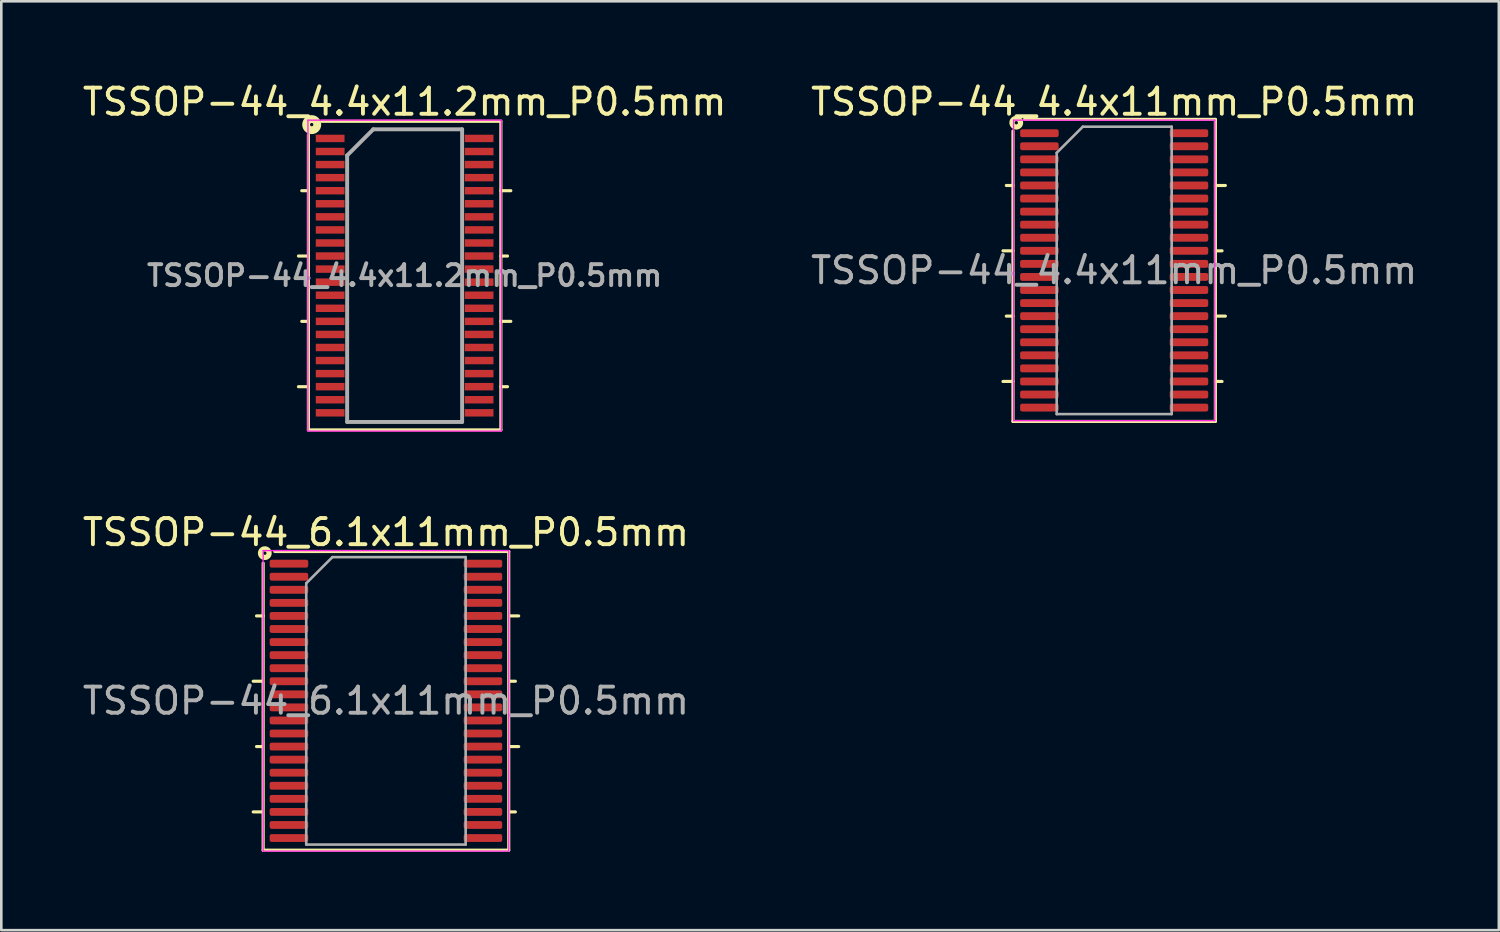
<source format=kicad_pcb>
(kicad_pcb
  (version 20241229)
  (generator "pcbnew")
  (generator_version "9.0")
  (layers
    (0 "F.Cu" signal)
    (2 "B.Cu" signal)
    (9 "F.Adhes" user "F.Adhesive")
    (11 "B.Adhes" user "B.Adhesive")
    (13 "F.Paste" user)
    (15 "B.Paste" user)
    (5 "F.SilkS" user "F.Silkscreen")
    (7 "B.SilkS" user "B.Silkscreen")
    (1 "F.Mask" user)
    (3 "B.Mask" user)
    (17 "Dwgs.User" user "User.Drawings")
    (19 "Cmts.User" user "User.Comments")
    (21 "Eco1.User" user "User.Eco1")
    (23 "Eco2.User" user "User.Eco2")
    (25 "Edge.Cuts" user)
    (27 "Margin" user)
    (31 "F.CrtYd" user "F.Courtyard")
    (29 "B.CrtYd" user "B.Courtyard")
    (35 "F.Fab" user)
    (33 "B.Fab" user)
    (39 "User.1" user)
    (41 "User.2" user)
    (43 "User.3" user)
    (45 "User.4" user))
  (footprint "TSSOP-44_4.4x11.2mm_P0.5mm"
    (layer "F.Cu")
    (at 12.435 7.498)
    (property "Reference" "TSSOP-44_4.4x11.2mm_P0.5mm" (at 0 -6.65 0) (layer "F.SilkS") (effects (font (size 1 1) (thickness 0.15))))
    (attr smd)
    (fp_line (start -4.064 -0.75) (end -3.683 -0.75) (stroke (width 0.12) (type solid)) (layer "F.SilkS"))
    (fp_line (start -4.064 4.25) (end -3.683 4.25) (stroke (width 0.12) (type solid)) (layer "F.SilkS"))
    (fp_line (start -3.937 -3.25) (end -3.683 -3.25) (stroke (width 0.12) (type solid)) (layer "F.SilkS"))
    (fp_line (start -3.937 1.75) (end -3.683 1.75) (stroke (width 0.12) (type solid)) (layer "F.SilkS"))
    (fp_line (start -3.683 -5.397) (end -3.683 5.905) (stroke (width 0.12) (type solid)) (layer "F.SilkS"))
    (fp_line (start -3.683 5.905) (end 3.683 5.905) (stroke (width 0.12) (type solid)) (layer "F.SilkS"))
    (fp_line (start 3.683 -5.905) (end -3.175 -5.905) (stroke (width 0.12) (type solid)) (layer "F.SilkS"))
    (fp_line (start 3.683 -3.25) (end 4.064 -3.25) (stroke (width 0.12) (type solid)) (layer "F.SilkS"))
    (fp_line (start 3.683 -0.75) (end 3.937 -0.75) (stroke (width 0.12) (type solid)) (layer "F.SilkS"))
    (fp_line (start 3.683 1.75) (end 4.064 1.75) (stroke (width 0.12) (type solid)) (layer "F.SilkS"))
    (fp_line (start 3.683 4.25) (end 3.937 4.25) (stroke (width 0.12) (type solid)) (layer "F.SilkS"))
    (fp_line (start 3.683 5.905) (end 3.683 -5.905) (stroke (width 0.12) (type solid)) (layer "F.SilkS"))
    (fp_circle (center -3.556 -5.779) (end -3.493 -5.779) (stroke (width 0.3) (type solid)) (fill no) (layer "F.SilkS"))
    (fp_line (start -3.7 -5.95) (end -3.7 5.95) (stroke (width 0.05) (type solid)) (layer "F.CrtYd"))
    (fp_line (start -3.7 -5.95) (end 3.7 -5.95) (stroke (width 0.05) (type solid)) (layer "F.CrtYd"))
    (fp_line (start -3.7 5.95) (end 3.7 5.95) (stroke (width 0.05) (type solid)) (layer "F.CrtYd"))
    (fp_line (start 3.7 -5.95) (end 3.7 5.95) (stroke (width 0.05) (type solid)) (layer "F.CrtYd"))
    (fp_line (start -2.2 -4.6) (end -1.2 -5.6) (stroke (width 0.15) (type solid)) (layer "F.Fab"))
    (fp_line (start -2.2 5.6) (end -2.2 -4.6) (stroke (width 0.15) (type solid)) (layer "F.Fab"))
    (fp_line (start -1.2 -5.6) (end 2.2 -5.6) (stroke (width 0.15) (type solid)) (layer "F.Fab"))
    (fp_line (start 2.2 -5.6) (end 2.2 5.6) (stroke (width 0.15) (type solid)) (layer "F.Fab"))
    (fp_line (start 2.2 5.6) (end -2.2 5.6) (stroke (width 0.15) (type solid)) (layer "F.Fab"))
    (fp_text user "${REFERENCE}" (at 0 0 0) (layer "F.Fab") (effects (font (size 0.8 0.8) (thickness 0.15))))
    (pad "1" smd rect (at -2.85 -5.25) (size 1.1 0.285) (layers "F.Cu" "F.Mask" "F.Paste"))
    (pad "2" smd rect (at -2.85 -4.75) (size 1.1 0.285) (layers "F.Cu" "F.Mask" "F.Paste"))
    (pad "3" smd rect (at -2.85 -4.25) (size 1.1 0.285) (layers "F.Cu" "F.Mask" "F.Paste"))
    (pad "4" smd rect (at -2.85 -3.75) (size 1.1 0.285) (layers "F.Cu" "F.Mask" "F.Paste"))
    (pad "5" smd rect (at -2.85 -3.25) (size 1.1 0.285) (layers "F.Cu" "F.Mask" "F.Paste"))
    (pad "6" smd rect (at -2.85 -2.75) (size 1.1 0.285) (layers "F.Cu" "F.Mask" "F.Paste"))
    (pad "7" smd rect (at -2.85 -2.25) (size 1.1 0.285) (layers "F.Cu" "F.Mask" "F.Paste"))
    (pad "8" smd rect (at -2.85 -1.75) (size 1.1 0.285) (layers "F.Cu" "F.Mask" "F.Paste"))
    (pad "9" smd rect (at -2.85 -1.25) (size 1.1 0.285) (layers "F.Cu" "F.Mask" "F.Paste"))
    (pad "10" smd rect (at -2.85 -0.75) (size 1.1 0.285) (layers "F.Cu" "F.Mask" "F.Paste"))
    (pad "11" smd rect (at -2.85 -0.25) (size 1.1 0.285) (layers "F.Cu" "F.Mask" "F.Paste"))
    (pad "12" smd rect (at -2.85 0.25) (size 1.1 0.285) (layers "F.Cu" "F.Mask" "F.Paste"))
    (pad "13" smd rect (at -2.85 0.75) (size 1.1 0.285) (layers "F.Cu" "F.Mask" "F.Paste"))
    (pad "14" smd rect (at -2.85 1.25) (size 1.1 0.285) (layers "F.Cu" "F.Mask" "F.Paste"))
    (pad "15" smd rect (at -2.85 1.75) (size 1.1 0.285) (layers "F.Cu" "F.Mask" "F.Paste"))
    (pad "16" smd rect (at -2.85 2.25) (size 1.1 0.285) (layers "F.Cu" "F.Mask" "F.Paste"))
    (pad "17" smd rect (at -2.85 2.75) (size 1.1 0.285) (layers "F.Cu" "F.Mask" "F.Paste"))
    (pad "18" smd rect (at -2.85 3.25) (size 1.1 0.285) (layers "F.Cu" "F.Mask" "F.Paste"))
    (pad "19" smd rect (at -2.85 3.75) (size 1.1 0.285) (layers "F.Cu" "F.Mask" "F.Paste"))
    (pad "20" smd rect (at -2.85 4.25) (size 1.1 0.285) (layers "F.Cu" "F.Mask" "F.Paste"))
    (pad "21" smd rect (at -2.85 4.75) (size 1.1 0.285) (layers "F.Cu" "F.Mask" "F.Paste"))
    (pad "22" smd rect (at -2.85 5.25) (size 1.1 0.285) (layers "F.Cu" "F.Mask" "F.Paste"))
    (pad "23" smd rect (at 2.85 5.25) (size 1.1 0.285) (layers "F.Cu" "F.Mask" "F.Paste"))
    (pad "24" smd rect (at 2.85 4.75) (size 1.1 0.285) (layers "F.Cu" "F.Mask" "F.Paste"))
    (pad "25" smd rect (at 2.85 4.25) (size 1.1 0.285) (layers "F.Cu" "F.Mask" "F.Paste"))
    (pad "26" smd rect (at 2.85 3.75) (size 1.1 0.285) (layers "F.Cu" "F.Mask" "F.Paste"))
    (pad "27" smd rect (at 2.85 3.25) (size 1.1 0.285) (layers "F.Cu" "F.Mask" "F.Paste"))
    (pad "28" smd rect (at 2.85 2.75) (size 1.1 0.285) (layers "F.Cu" "F.Mask" "F.Paste"))
    (pad "29" smd rect (at 2.85 2.25) (size 1.1 0.285) (layers "F.Cu" "F.Mask" "F.Paste"))
    (pad "30" smd rect (at 2.85 1.75) (size 1.1 0.285) (layers "F.Cu" "F.Mask" "F.Paste"))
    (pad "31" smd rect (at 2.85 1.25) (size 1.1 0.285) (layers "F.Cu" "F.Mask" "F.Paste"))
    (pad "32" smd rect (at 2.85 0.75) (size 1.1 0.285) (layers "F.Cu" "F.Mask" "F.Paste"))
    (pad "33" smd rect (at 2.85 0.25) (size 1.1 0.285) (layers "F.Cu" "F.Mask" "F.Paste"))
    (pad "34" smd rect (at 2.85 -0.25) (size 1.1 0.285) (layers "F.Cu" "F.Mask" "F.Paste"))
    (pad "35" smd rect (at 2.85 -0.75) (size 1.1 0.285) (layers "F.Cu" "F.Mask" "F.Paste"))
    (pad "36" smd rect (at 2.85 -1.25) (size 1.1 0.285) (layers "F.Cu" "F.Mask" "F.Paste"))
    (pad "37" smd rect (at 2.85 -1.75) (size 1.1 0.285) (layers "F.Cu" "F.Mask" "F.Paste"))
    (pad "38" smd rect (at 2.85 -2.25) (size 1.1 0.285) (layers "F.Cu" "F.Mask" "F.Paste"))
    (pad "39" smd rect (at 2.85 -2.75) (size 1.1 0.285) (layers "F.Cu" "F.Mask" "F.Paste"))
    (pad "40" smd rect (at 2.85 -3.25) (size 1.1 0.285) (layers "F.Cu" "F.Mask" "F.Paste"))
    (pad "41" smd rect (at 2.85 -3.75) (size 1.1 0.285) (layers "F.Cu" "F.Mask" "F.Paste"))
    (pad "42" smd rect (at 2.85 -4.25) (size 1.1 0.285) (layers "F.Cu" "F.Mask" "F.Paste"))
    (pad "43" smd rect (at 2.85 -4.75) (size 1.1 0.285) (layers "F.Cu" "F.Mask" "F.Paste"))
    (pad "44" smd rect (at 2.85 -5.25) (size 1.1 0.285) (layers "F.Cu" "F.Mask" "F.Paste")))
  (footprint "TSSOP-44_6.1x11mm_P0.5mm"
    (layer "F.Cu")
    (at 11.72 23.771)
    (property "Reference" "TSSOP-44_6.1x11mm_P0.5mm" (at 0 -6.45 0) (layer "F.SilkS") (effects (font (size 1 1) (thickness 0.15))))
    (attr smd)
    (fp_line (start -5.08 -0.75) (end -4.75 -0.75) (stroke (width 0.12) (type solid)) (layer "F.SilkS"))
    (fp_line (start -5.08 4.25) (end -4.75 4.25) (stroke (width 0.12) (type solid)) (layer "F.SilkS"))
    (fp_line (start -4.953 -3.25) (end -4.699 -3.25) (stroke (width 0.12) (type solid)) (layer "F.SilkS"))
    (fp_line (start -4.953 1.75) (end -4.75 1.75) (stroke (width 0.12) (type solid)) (layer "F.SilkS"))
    (fp_line (start -4.699 -5.271) (end -4.699 5.715) (stroke (width 0.12) (type solid)) (layer "F.SilkS"))
    (fp_line (start -4.699 5.715) (end 4.699 5.715) (stroke (width 0.12) (type solid)) (layer "F.SilkS"))
    (fp_line (start 4.699 -5.715) (end -4.255 -5.715) (stroke (width 0.12) (type solid)) (layer "F.SilkS"))
    (fp_line (start 4.699 5.715) (end 4.699 -5.715) (stroke (width 0.12) (type solid)) (layer "F.SilkS"))
    (fp_line (start 4.75 4.25) (end 4.953 4.25) (stroke (width 0.12) (type solid)) (layer "F.SilkS"))
    (fp_line (start 4.953 -0.75) (end 4.75 -0.75) (stroke (width 0.12) (type solid)) (layer "F.SilkS"))
    (fp_line (start 5.08 -3.25) (end 4.75 -3.25) (stroke (width 0.12) (type solid)) (layer "F.SilkS"))
    (fp_line (start 5.08 1.75) (end 4.75 1.75) (stroke (width 0.12) (type solid)) (layer "F.SilkS"))
    (fp_circle (center -4.636 -5.652) (end -4.572 -5.652) (stroke (width 0.2) (type solid)) (fill no) (layer "F.SilkS"))
    (fp_line (start -4.7 -5.75) (end -4.7 5.75) (stroke (width 0.05) (type solid)) (layer "F.CrtYd"))
    (fp_line (start -4.7 5.75) (end 4.7 5.75) (stroke (width 0.05) (type solid)) (layer "F.CrtYd"))
    (fp_line (start 4.7 -5.75) (end -4.7 -5.75) (stroke (width 0.05) (type solid)) (layer "F.CrtYd"))
    (fp_line (start 4.7 5.75) (end 4.7 -5.75) (stroke (width 0.05) (type solid)) (layer "F.CrtYd"))
    (fp_line (start -3.05 -4.5) (end -2.05 -5.5) (stroke (width 0.1) (type solid)) (layer "F.Fab"))
    (fp_line (start -3.05 5.5) (end -3.05 -4.5) (stroke (width 0.1) (type solid)) (layer "F.Fab"))
    (fp_line (start -2.05 -5.5) (end 3.05 -5.5) (stroke (width 0.1) (type solid)) (layer "F.Fab"))
    (fp_line (start 3.05 -5.5) (end 3.05 5.5) (stroke (width 0.1) (type solid)) (layer "F.Fab"))
    (fp_line (start 3.05 5.5) (end -3.05 5.5) (stroke (width 0.1) (type solid)) (layer "F.Fab"))
    (fp_text user "${REFERENCE}" (at 0 0 0) (layer "F.Fab") (effects (font (size 1 1) (thickness 0.15))))
    (pad "1" smd roundrect (at -3.712 -5.25) (size 1.475 0.3) (layers "F.Cu" "F.Mask" "F.Paste") (roundrect_rratio 0.25))
    (pad "2" smd roundrect (at -3.712 -4.75) (size 1.475 0.3) (layers "F.Cu" "F.Mask" "F.Paste") (roundrect_rratio 0.25))
    (pad "3" smd roundrect (at -3.712 -4.25) (size 1.475 0.3) (layers "F.Cu" "F.Mask" "F.Paste") (roundrect_rratio 0.25))
    (pad "4" smd roundrect (at -3.712 -3.75) (size 1.475 0.3) (layers "F.Cu" "F.Mask" "F.Paste") (roundrect_rratio 0.25))
    (pad "5" smd roundrect (at -3.712 -3.25) (size 1.475 0.3) (layers "F.Cu" "F.Mask" "F.Paste") (roundrect_rratio 0.25))
    (pad "6" smd roundrect (at -3.712 -2.75) (size 1.475 0.3) (layers "F.Cu" "F.Mask" "F.Paste") (roundrect_rratio 0.25))
    (pad "7" smd roundrect (at -3.712 -2.25) (size 1.475 0.3) (layers "F.Cu" "F.Mask" "F.Paste") (roundrect_rratio 0.25))
    (pad "8" smd roundrect (at -3.712 -1.75) (size 1.475 0.3) (layers "F.Cu" "F.Mask" "F.Paste") (roundrect_rratio 0.25))
    (pad "9" smd roundrect (at -3.712 -1.25) (size 1.475 0.3) (layers "F.Cu" "F.Mask" "F.Paste") (roundrect_rratio 0.25))
    (pad "10" smd roundrect (at -3.712 -0.75) (size 1.475 0.3) (layers "F.Cu" "F.Mask" "F.Paste") (roundrect_rratio 0.25))
    (pad "11" smd roundrect (at -3.712 -0.25) (size 1.475 0.3) (layers "F.Cu" "F.Mask" "F.Paste") (roundrect_rratio 0.25))
    (pad "12" smd roundrect (at -3.712 0.25) (size 1.475 0.3) (layers "F.Cu" "F.Mask" "F.Paste") (roundrect_rratio 0.25))
    (pad "13" smd roundrect (at -3.712 0.75) (size 1.475 0.3) (layers "F.Cu" "F.Mask" "F.Paste") (roundrect_rratio 0.25))
    (pad "14" smd roundrect (at -3.712 1.25) (size 1.475 0.3) (layers "F.Cu" "F.Mask" "F.Paste") (roundrect_rratio 0.25))
    (pad "15" smd roundrect (at -3.712 1.75) (size 1.475 0.3) (layers "F.Cu" "F.Mask" "F.Paste") (roundrect_rratio 0.25))
    (pad "16" smd roundrect (at -3.712 2.25) (size 1.475 0.3) (layers "F.Cu" "F.Mask" "F.Paste") (roundrect_rratio 0.25))
    (pad "17" smd roundrect (at -3.712 2.75) (size 1.475 0.3) (layers "F.Cu" "F.Mask" "F.Paste") (roundrect_rratio 0.25))
    (pad "18" smd roundrect (at -3.712 3.25) (size 1.475 0.3) (layers "F.Cu" "F.Mask" "F.Paste") (roundrect_rratio 0.25))
    (pad "19" smd roundrect (at -3.712 3.75) (size 1.475 0.3) (layers "F.Cu" "F.Mask" "F.Paste") (roundrect_rratio 0.25))
    (pad "20" smd roundrect (at -3.712 4.25) (size 1.475 0.3) (layers "F.Cu" "F.Mask" "F.Paste") (roundrect_rratio 0.25))
    (pad "21" smd roundrect (at -3.712 4.75) (size 1.475 0.3) (layers "F.Cu" "F.Mask" "F.Paste") (roundrect_rratio 0.25))
    (pad "22" smd roundrect (at -3.712 5.25) (size 1.475 0.3) (layers "F.Cu" "F.Mask" "F.Paste") (roundrect_rratio 0.25))
    (pad "23" smd roundrect (at 3.712 5.25) (size 1.475 0.3) (layers "F.Cu" "F.Mask" "F.Paste") (roundrect_rratio 0.25))
    (pad "24" smd roundrect (at 3.712 4.75) (size 1.475 0.3) (layers "F.Cu" "F.Mask" "F.Paste") (roundrect_rratio 0.25))
    (pad "25" smd roundrect (at 3.712 4.25) (size 1.475 0.3) (layers "F.Cu" "F.Mask" "F.Paste") (roundrect_rratio 0.25))
    (pad "26" smd roundrect (at 3.712 3.75) (size 1.475 0.3) (layers "F.Cu" "F.Mask" "F.Paste") (roundrect_rratio 0.25))
    (pad "27" smd roundrect (at 3.712 3.25) (size 1.475 0.3) (layers "F.Cu" "F.Mask" "F.Paste") (roundrect_rratio 0.25))
    (pad "28" smd roundrect (at 3.712 2.75) (size 1.475 0.3) (layers "F.Cu" "F.Mask" "F.Paste") (roundrect_rratio 0.25))
    (pad "29" smd roundrect (at 3.712 2.25) (size 1.475 0.3) (layers "F.Cu" "F.Mask" "F.Paste") (roundrect_rratio 0.25))
    (pad "30" smd roundrect (at 3.712 1.75) (size 1.475 0.3) (layers "F.Cu" "F.Mask" "F.Paste") (roundrect_rratio 0.25))
    (pad "31" smd roundrect (at 3.712 1.25) (size 1.475 0.3) (layers "F.Cu" "F.Mask" "F.Paste") (roundrect_rratio 0.25))
    (pad "32" smd roundrect (at 3.712 0.75) (size 1.475 0.3) (layers "F.Cu" "F.Mask" "F.Paste") (roundrect_rratio 0.25))
    (pad "33" smd roundrect (at 3.712 0.25) (size 1.475 0.3) (layers "F.Cu" "F.Mask" "F.Paste") (roundrect_rratio 0.25))
    (pad "34" smd roundrect (at 3.712 -0.25) (size 1.475 0.3) (layers "F.Cu" "F.Mask" "F.Paste") (roundrect_rratio 0.25))
    (pad "35" smd roundrect (at 3.712 -0.75) (size 1.475 0.3) (layers "F.Cu" "F.Mask" "F.Paste") (roundrect_rratio 0.25))
    (pad "36" smd roundrect (at 3.712 -1.25) (size 1.475 0.3) (layers "F.Cu" "F.Mask" "F.Paste") (roundrect_rratio 0.25))
    (pad "37" smd roundrect (at 3.712 -1.75) (size 1.475 0.3) (layers "F.Cu" "F.Mask" "F.Paste") (roundrect_rratio 0.25))
    (pad "38" smd roundrect (at 3.712 -2.25) (size 1.475 0.3) (layers "F.Cu" "F.Mask" "F.Paste") (roundrect_rratio 0.25))
    (pad "39" smd roundrect (at 3.712 -2.75) (size 1.475 0.3) (layers "F.Cu" "F.Mask" "F.Paste") (roundrect_rratio 0.25))
    (pad "40" smd roundrect (at 3.712 -3.25) (size 1.475 0.3) (layers "F.Cu" "F.Mask" "F.Paste") (roundrect_rratio 0.25))
    (pad "41" smd roundrect (at 3.712 -3.75) (size 1.475 0.3) (layers "F.Cu" "F.Mask" "F.Paste") (roundrect_rratio 0.25))
    (pad "42" smd roundrect (at 3.712 -4.25) (size 1.475 0.3) (layers "F.Cu" "F.Mask" "F.Paste") (roundrect_rratio 0.25))
    (pad "43" smd roundrect (at 3.712 -4.75) (size 1.475 0.3) (layers "F.Cu" "F.Mask" "F.Paste") (roundrect_rratio 0.25))
    (pad "44" smd roundrect (at 3.712 -5.25) (size 1.475 0.3) (layers "F.Cu" "F.Mask" "F.Paste") (roundrect_rratio 0.25)))
  (footprint "TSSOP-44_4.4x11mm_P0.5mm"
    (layer "F.Cu")
    (at 39.589 7.298)
    (property "Reference" "TSSOP-44_4.4x11mm_P0.5mm" (at 0 -6.45 0) (layer "F.SilkS") (effects (font (size 1 1) (thickness 0.15))))
    (attr smd)
    (fp_line (start -3.873 -5.334) (end -3.873 5.779) (stroke (width 0.12) (type solid)) (layer "F.SilkS"))
    (fp_line (start -3.873 -3.25) (end -4.128 -3.25) (stroke (width 0.12) (type solid)) (layer "F.SilkS"))
    (fp_line (start -3.873 -0.75) (end -4.255 -0.75) (stroke (width 0.12) (type solid)) (layer "F.SilkS"))
    (fp_line (start -3.873 1.75) (end -4.128 1.75) (stroke (width 0.12) (type solid)) (layer "F.SilkS"))
    (fp_line (start -3.873 4.25) (end -4.255 4.25) (stroke (width 0.12) (type solid)) (layer "F.SilkS"))
    (fp_line (start -3.873 5.779) (end 3.873 5.779) (stroke (width 0.12) (type solid)) (layer "F.SilkS"))
    (fp_line (start 3.873 -5.779) (end -3.429 -5.779) (stroke (width 0.12) (type solid)) (layer "F.SilkS"))
    (fp_line (start 3.873 -3.25) (end 4.255 -3.25) (stroke (width 0.12) (type solid)) (layer "F.SilkS"))
    (fp_line (start 3.873 -0.75) (end 4.128 -0.75) (stroke (width 0.12) (type solid)) (layer "F.SilkS"))
    (fp_line (start 3.873 1.75) (end 4.255 1.75) (stroke (width 0.12) (type solid)) (layer "F.SilkS"))
    (fp_line (start 3.873 4.25) (end 4.128 4.25) (stroke (width 0.12) (type solid)) (layer "F.SilkS"))
    (fp_line (start 3.873 5.779) (end 3.873 -5.779) (stroke (width 0.12) (type solid)) (layer "F.SilkS"))
    (fp_circle (center -3.747 -5.652) (end -3.683 -5.652) (stroke (width 0.2) (type solid)) (fill no) (layer "F.SilkS"))
    (fp_line (start -3.85 -5.75) (end -3.85 5.75) (stroke (width 0.05) (type solid)) (layer "F.CrtYd"))
    (fp_line (start -3.85 5.75) (end 3.85 5.75) (stroke (width 0.05) (type solid)) (layer "F.CrtYd"))
    (fp_line (start 3.85 -5.75) (end -3.85 -5.75) (stroke (width 0.05) (type solid)) (layer "F.CrtYd"))
    (fp_line (start 3.85 5.75) (end 3.85 -5.75) (stroke (width 0.05) (type solid)) (layer "F.CrtYd"))
    (fp_line (start -2.2 -4.5) (end -1.2 -5.5) (stroke (width 0.1) (type solid)) (layer "F.Fab"))
    (fp_line (start -2.2 5.5) (end -2.2 -4.5) (stroke (width 0.1) (type solid)) (layer "F.Fab"))
    (fp_line (start -1.2 -5.5) (end 2.2 -5.5) (stroke (width 0.1) (type solid)) (layer "F.Fab"))
    (fp_line (start 2.2 -5.5) (end 2.2 5.5) (stroke (width 0.1) (type solid)) (layer "F.Fab"))
    (fp_line (start 2.2 5.5) (end -2.2 5.5) (stroke (width 0.1) (type solid)) (layer "F.Fab"))
    (fp_text user "${REFERENCE}" (at 0 0 0) (layer "F.Fab") (effects (font (size 1 1) (thickness 0.15))))
    (pad "1" smd roundrect (at -2.862 -5.25) (size 1.475 0.3) (layers "F.Cu" "F.Mask" "F.Paste") (roundrect_rratio 0.25))
    (pad "2" smd roundrect (at -2.862 -4.75) (size 1.475 0.3) (layers "F.Cu" "F.Mask" "F.Paste") (roundrect_rratio 0.25))
    (pad "3" smd roundrect (at -2.862 -4.25) (size 1.475 0.3) (layers "F.Cu" "F.Mask" "F.Paste") (roundrect_rratio 0.25))
    (pad "4" smd roundrect (at -2.862 -3.75) (size 1.475 0.3) (layers "F.Cu" "F.Mask" "F.Paste") (roundrect_rratio 0.25))
    (pad "5" smd roundrect (at -2.862 -3.25) (size 1.475 0.3) (layers "F.Cu" "F.Mask" "F.Paste") (roundrect_rratio 0.25))
    (pad "6" smd roundrect (at -2.862 -2.75) (size 1.475 0.3) (layers "F.Cu" "F.Mask" "F.Paste") (roundrect_rratio 0.25))
    (pad "7" smd roundrect (at -2.862 -2.25) (size 1.475 0.3) (layers "F.Cu" "F.Mask" "F.Paste") (roundrect_rratio 0.25))
    (pad "8" smd roundrect (at -2.862 -1.75) (size 1.475 0.3) (layers "F.Cu" "F.Mask" "F.Paste") (roundrect_rratio 0.25))
    (pad "9" smd roundrect (at -2.862 -1.25) (size 1.475 0.3) (layers "F.Cu" "F.Mask" "F.Paste") (roundrect_rratio 0.25))
    (pad "10" smd roundrect (at -2.862 -0.75) (size 1.475 0.3) (layers "F.Cu" "F.Mask" "F.Paste") (roundrect_rratio 0.25))
    (pad "11" smd roundrect (at -2.862 -0.25) (size 1.475 0.3) (layers "F.Cu" "F.Mask" "F.Paste") (roundrect_rratio 0.25))
    (pad "12" smd roundrect (at -2.862 0.25) (size 1.475 0.3) (layers "F.Cu" "F.Mask" "F.Paste") (roundrect_rratio 0.25))
    (pad "13" smd roundrect (at -2.862 0.75) (size 1.475 0.3) (layers "F.Cu" "F.Mask" "F.Paste") (roundrect_rratio 0.25))
    (pad "14" smd roundrect (at -2.862 1.25) (size 1.475 0.3) (layers "F.Cu" "F.Mask" "F.Paste") (roundrect_rratio 0.25))
    (pad "15" smd roundrect (at -2.862 1.75) (size 1.475 0.3) (layers "F.Cu" "F.Mask" "F.Paste") (roundrect_rratio 0.25))
    (pad "16" smd roundrect (at -2.862 2.25) (size 1.475 0.3) (layers "F.Cu" "F.Mask" "F.Paste") (roundrect_rratio 0.25))
    (pad "17" smd roundrect (at -2.862 2.75) (size 1.475 0.3) (layers "F.Cu" "F.Mask" "F.Paste") (roundrect_rratio 0.25))
    (pad "18" smd roundrect (at -2.862 3.25) (size 1.475 0.3) (layers "F.Cu" "F.Mask" "F.Paste") (roundrect_rratio 0.25))
    (pad "19" smd roundrect (at -2.862 3.75) (size 1.475 0.3) (layers "F.Cu" "F.Mask" "F.Paste") (roundrect_rratio 0.25))
    (pad "20" smd roundrect (at -2.862 4.25) (size 1.475 0.3) (layers "F.Cu" "F.Mask" "F.Paste") (roundrect_rratio 0.25))
    (pad "21" smd roundrect (at -2.862 4.75) (size 1.475 0.3) (layers "F.Cu" "F.Mask" "F.Paste") (roundrect_rratio 0.25))
    (pad "22" smd roundrect (at -2.862 5.25) (size 1.475 0.3) (layers "F.Cu" "F.Mask" "F.Paste") (roundrect_rratio 0.25))
    (pad "23" smd roundrect (at 2.862 5.25) (size 1.475 0.3) (layers "F.Cu" "F.Mask" "F.Paste") (roundrect_rratio 0.25))
    (pad "24" smd roundrect (at 2.862 4.75) (size 1.475 0.3) (layers "F.Cu" "F.Mask" "F.Paste") (roundrect_rratio 0.25))
    (pad "25" smd roundrect (at 2.862 4.25) (size 1.475 0.3) (layers "F.Cu" "F.Mask" "F.Paste") (roundrect_rratio 0.25))
    (pad "26" smd roundrect (at 2.862 3.75) (size 1.475 0.3) (layers "F.Cu" "F.Mask" "F.Paste") (roundrect_rratio 0.25))
    (pad "27" smd roundrect (at 2.862 3.25) (size 1.475 0.3) (layers "F.Cu" "F.Mask" "F.Paste") (roundrect_rratio 0.25))
    (pad "28" smd roundrect (at 2.862 2.75) (size 1.475 0.3) (layers "F.Cu" "F.Mask" "F.Paste") (roundrect_rratio 0.25))
    (pad "29" smd roundrect (at 2.862 2.25) (size 1.475 0.3) (layers "F.Cu" "F.Mask" "F.Paste") (roundrect_rratio 0.25))
    (pad "30" smd roundrect (at 2.862 1.75) (size 1.475 0.3) (layers "F.Cu" "F.Mask" "F.Paste") (roundrect_rratio 0.25))
    (pad "31" smd roundrect (at 2.862 1.25) (size 1.475 0.3) (layers "F.Cu" "F.Mask" "F.Paste") (roundrect_rratio 0.25))
    (pad "32" smd roundrect (at 2.862 0.75) (size 1.475 0.3) (layers "F.Cu" "F.Mask" "F.Paste") (roundrect_rratio 0.25))
    (pad "33" smd roundrect (at 2.862 0.25) (size 1.475 0.3) (layers "F.Cu" "F.Mask" "F.Paste") (roundrect_rratio 0.25))
    (pad "34" smd roundrect (at 2.862 -0.25) (size 1.475 0.3) (layers "F.Cu" "F.Mask" "F.Paste") (roundrect_rratio 0.25))
    (pad "35" smd roundrect (at 2.862 -0.75) (size 1.475 0.3) (layers "F.Cu" "F.Mask" "F.Paste") (roundrect_rratio 0.25))
    (pad "36" smd roundrect (at 2.862 -1.25) (size 1.475 0.3) (layers "F.Cu" "F.Mask" "F.Paste") (roundrect_rratio 0.25))
    (pad "37" smd roundrect (at 2.862 -1.75) (size 1.475 0.3) (layers "F.Cu" "F.Mask" "F.Paste") (roundrect_rratio 0.25))
    (pad "38" smd roundrect (at 2.862 -2.25) (size 1.475 0.3) (layers "F.Cu" "F.Mask" "F.Paste") (roundrect_rratio 0.25))
    (pad "39" smd roundrect (at 2.862 -2.75) (size 1.475 0.3) (layers "F.Cu" "F.Mask" "F.Paste") (roundrect_rratio 0.25))
    (pad "40" smd roundrect (at 2.862 -3.25) (size 1.475 0.3) (layers "F.Cu" "F.Mask" "F.Paste") (roundrect_rratio 0.25))
    (pad "41" smd roundrect (at 2.862 -3.75) (size 1.475 0.3) (layers "F.Cu" "F.Mask" "F.Paste") (roundrect_rratio 0.25))
    (pad "42" smd roundrect (at 2.862 -4.25) (size 1.475 0.3) (layers "F.Cu" "F.Mask" "F.Paste") (roundrect_rratio 0.25))
    (pad "43" smd roundrect (at 2.862 -4.75) (size 1.475 0.3) (layers "F.Cu" "F.Mask" "F.Paste") (roundrect_rratio 0.25))
    (pad "44" smd roundrect (at 2.862 -5.25) (size 1.475 0.3) (layers "F.Cu" "F.Mask" "F.Paste") (roundrect_rratio 0.25)))
  (gr_rect
    (start -3 -3)
    (end 54.31 32.547)
    (stroke (width 0.1) (type default))
    (fill no)
    (layer "Edge.Cuts")))
</source>
